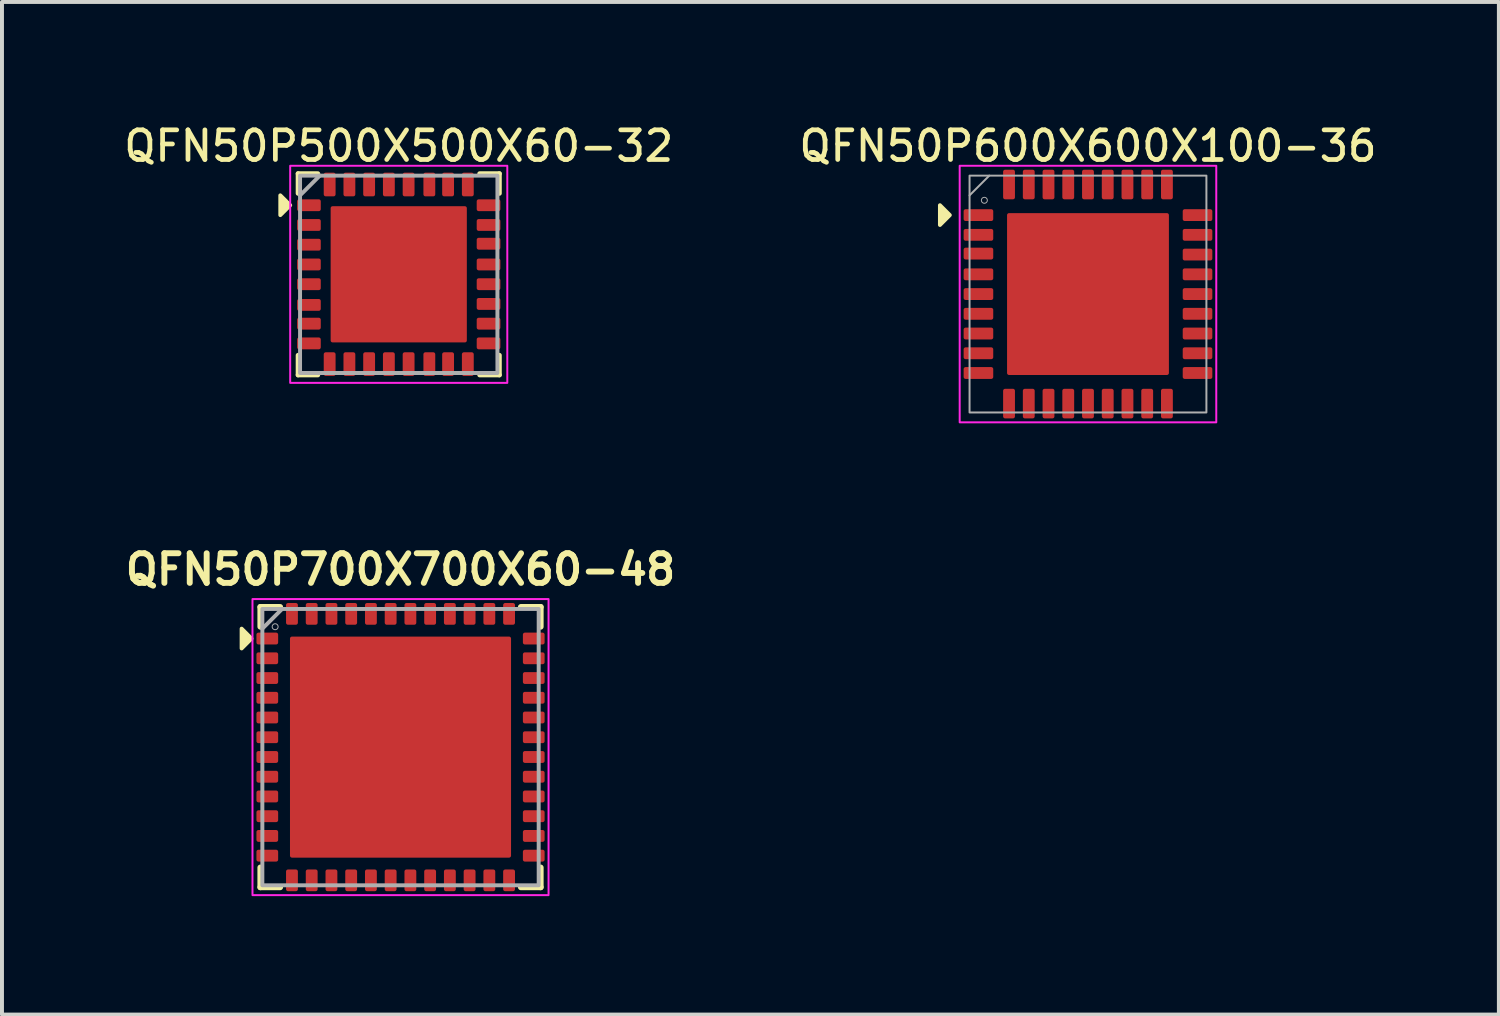
<source format=kicad_pcb>
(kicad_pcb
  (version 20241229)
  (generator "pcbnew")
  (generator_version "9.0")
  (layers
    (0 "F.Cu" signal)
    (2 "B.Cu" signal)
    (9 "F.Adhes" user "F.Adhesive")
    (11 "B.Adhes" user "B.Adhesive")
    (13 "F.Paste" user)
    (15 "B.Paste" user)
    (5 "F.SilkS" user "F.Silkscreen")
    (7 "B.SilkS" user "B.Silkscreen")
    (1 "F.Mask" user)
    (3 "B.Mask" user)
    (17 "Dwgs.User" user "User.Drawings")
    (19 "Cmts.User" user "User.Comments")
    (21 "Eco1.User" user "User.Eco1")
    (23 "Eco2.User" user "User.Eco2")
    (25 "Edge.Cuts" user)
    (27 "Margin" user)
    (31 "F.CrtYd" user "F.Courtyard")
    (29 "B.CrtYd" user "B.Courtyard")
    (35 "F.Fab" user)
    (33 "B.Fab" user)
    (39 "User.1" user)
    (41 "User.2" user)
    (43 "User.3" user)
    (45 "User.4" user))
  (footprint "QFN50P700X700X60-48"
    (layer "F.Cu")
    (at 7.096 15.876)
    (property "Reference" "QFN50P700X700X60-48" (at 0 -4.5 0) (unlocked yes) (layer "F.SilkS") (effects (font (size 0.75 0.75) (thickness 0.15) (bold yes))))
    (attr smd)
    (fp_line (start -3.55 -3.55) (end -3.55 -3.05) (stroke (width 0.15) (type solid)) (layer "F.SilkS"))
    (fp_line (start -3.55 -3.55) (end -3.05 -3.55) (stroke (width 0.15) (type solid)) (layer "F.SilkS"))
    (fp_line (start -3.55 3.55) (end -3.55 3.05) (stroke (width 0.15) (type solid)) (layer "F.SilkS"))
    (fp_line (start -3.55 3.55) (end -3.05 3.55) (stroke (width 0.15) (type solid)) (layer "F.SilkS"))
    (fp_line (start 3.55 -3.55) (end 3.05 -3.55) (stroke (width 0.15) (type solid)) (layer "F.SilkS"))
    (fp_line (start 3.55 -3.55) (end 3.55 -3.05) (stroke (width 0.15) (type solid)) (layer "F.SilkS"))
    (fp_line (start 3.55 3.55) (end 3.05 3.55) (stroke (width 0.15) (type solid)) (layer "F.SilkS"))
    (fp_line (start 3.55 3.55) (end 3.55 3.05) (stroke (width 0.15) (type solid)) (layer "F.SilkS"))
    (fp_poly (pts (xy -3.775 -2.75) (xy -4.025 -2.5) (xy -4.025 -3)) (stroke (width 0.1) (type solid)) (fill yes) (layer "F.SilkS"))
    (fp_rect (start -3.75 -3.75) (end 3.75 3.75) (stroke (width 0.05) (type solid)) (fill no) (layer "F.CrtYd"))
    (fp_line (start -3 -3.5) (end -3.5 -3) (stroke (width 0.1) (type default)) (layer "F.Fab"))
    (fp_rect (start -3.5 -3.5) (end 3.5 3.5) (stroke (width 0.1) (type solid)) (fill no) (layer "F.Fab"))
    (fp_circle (center -3.176 -3.05) (end -3.1 -3.05) (stroke (width 0.025) (type solid)) (fill no) (layer "F.Fab"))
    (pad "1" smd roundrect (at -3.375 -2.75) (size 0.55 0.3) (layers "F.Cu" "F.Mask" "F.Paste") (roundrect_rratio 0.167))
    (pad "2" smd roundrect (at -3.375 -2.25) (size 0.55 0.3) (layers "F.Cu" "F.Mask" "F.Paste") (roundrect_rratio 0.167))
    (pad "3" smd roundrect (at -3.375 -1.75) (size 0.55 0.3) (layers "F.Cu" "F.Mask" "F.Paste") (roundrect_rratio 0.167))
    (pad "4" smd roundrect (at -3.375 -1.25) (size 0.55 0.3) (layers "F.Cu" "F.Mask" "F.Paste") (roundrect_rratio 0.167))
    (pad "5" smd roundrect (at -3.375 -0.75) (size 0.55 0.3) (layers "F.Cu" "F.Mask" "F.Paste") (roundrect_rratio 0.167))
    (pad "6" smd roundrect (at -3.375 -0.25) (size 0.55 0.3) (layers "F.Cu" "F.Mask" "F.Paste") (roundrect_rratio 0.167))
    (pad "7" smd roundrect (at -3.375 0.25) (size 0.55 0.3) (layers "F.Cu" "F.Mask" "F.Paste") (roundrect_rratio 0.167))
    (pad "8" smd roundrect (at -3.375 0.75) (size 0.55 0.3) (layers "F.Cu" "F.Mask" "F.Paste") (roundrect_rratio 0.167))
    (pad "9" smd roundrect (at -3.375 1.25) (size 0.55 0.3) (layers "F.Cu" "F.Mask" "F.Paste") (roundrect_rratio 0.167))
    (pad "10" smd roundrect (at -3.375 1.75) (size 0.55 0.3) (layers "F.Cu" "F.Mask" "F.Paste") (roundrect_rratio 0.167))
    (pad "11" smd roundrect (at -3.375 2.25) (size 0.55 0.3) (layers "F.Cu" "F.Mask" "F.Paste") (roundrect_rratio 0.167))
    (pad "12" smd roundrect (at -3.375 2.75) (size 0.55 0.3) (layers "F.Cu" "F.Mask" "F.Paste") (roundrect_rratio 0.167))
    (pad "13" smd roundrect (at -2.75 3.375 90) (size 0.55 0.3) (layers "F.Cu" "F.Mask" "F.Paste") (roundrect_rratio 0.167))
    (pad "14" smd roundrect (at -2.25 3.375 90) (size 0.55 0.3) (layers "F.Cu" "F.Mask" "F.Paste") (roundrect_rratio 0.167))
    (pad "15" smd roundrect (at -1.75 3.375 90) (size 0.55 0.3) (layers "F.Cu" "F.Mask" "F.Paste") (roundrect_rratio 0.167))
    (pad "16" smd roundrect (at -1.25 3.375 90) (size 0.55 0.3) (layers "F.Cu" "F.Mask" "F.Paste") (roundrect_rratio 0.167))
    (pad "17" smd roundrect (at -0.75 3.375 90) (size 0.55 0.3) (layers "F.Cu" "F.Mask" "F.Paste") (roundrect_rratio 0.167))
    (pad "18" smd roundrect (at -0.25 3.375 90) (size 0.55 0.3) (layers "F.Cu" "F.Mask" "F.Paste") (roundrect_rratio 0.167))
    (pad "19" smd roundrect (at 0.25 3.375 90) (size 0.55 0.3) (layers "F.Cu" "F.Mask" "F.Paste") (roundrect_rratio 0.167))
    (pad "20" smd roundrect (at 0.75 3.375 90) (size 0.55 0.3) (layers "F.Cu" "F.Mask" "F.Paste") (roundrect_rratio 0.167))
    (pad "21" smd roundrect (at 1.25 3.375 90) (size 0.55 0.3) (layers "F.Cu" "F.Mask" "F.Paste") (roundrect_rratio 0.167))
    (pad "22" smd roundrect (at 1.75 3.375 90) (size 0.55 0.3) (layers "F.Cu" "F.Mask" "F.Paste") (roundrect_rratio 0.167))
    (pad "23" smd roundrect (at 2.25 3.375 90) (size 0.55 0.3) (layers "F.Cu" "F.Mask" "F.Paste") (roundrect_rratio 0.167))
    (pad "24" smd roundrect (at 2.75 3.375 90) (size 0.55 0.3) (layers "F.Cu" "F.Mask" "F.Paste") (roundrect_rratio 0.167))
    (pad "25" smd roundrect (at 3.375 2.75 180) (size 0.55 0.3) (layers "F.Cu" "F.Mask" "F.Paste") (roundrect_rratio 0.167))
    (pad "26" smd roundrect (at 3.375 2.25 180) (size 0.55 0.3) (layers "F.Cu" "F.Mask" "F.Paste") (roundrect_rratio 0.167))
    (pad "27" smd roundrect (at 3.375 1.75 180) (size 0.55 0.3) (layers "F.Cu" "F.Mask" "F.Paste") (roundrect_rratio 0.167))
    (pad "28" smd roundrect (at 3.375 1.25 180) (size 0.55 0.3) (layers "F.Cu" "F.Mask" "F.Paste") (roundrect_rratio 0.167))
    (pad "29" smd roundrect (at 3.375 0.75 180) (size 0.55 0.3) (layers "F.Cu" "F.Mask" "F.Paste") (roundrect_rratio 0.167))
    (pad "30" smd roundrect (at 3.375 0.25 180) (size 0.55 0.3) (layers "F.Cu" "F.Mask" "F.Paste") (roundrect_rratio 0.167))
    (pad "31" smd roundrect (at 3.375 -0.25 180) (size 0.55 0.3) (layers "F.Cu" "F.Mask" "F.Paste") (roundrect_rratio 0.167))
    (pad "32" smd roundrect (at 3.375 -0.75 180) (size 0.55 0.3) (layers "F.Cu" "F.Mask" "F.Paste") (roundrect_rratio 0.167))
    (pad "33" smd roundrect (at 3.375 -1.25 180) (size 0.55 0.3) (layers "F.Cu" "F.Mask" "F.Paste") (roundrect_rratio 0.167))
    (pad "34" smd roundrect (at 3.375 -1.75 180) (size 0.55 0.3) (layers "F.Cu" "F.Mask" "F.Paste") (roundrect_rratio 0.167))
    (pad "35" smd roundrect (at 3.375 -2.25 180) (size 0.55 0.3) (layers "F.Cu" "F.Mask" "F.Paste") (roundrect_rratio 0.167))
    (pad "36" smd roundrect (at 3.375 -2.75 180) (size 0.55 0.3) (layers "F.Cu" "F.Mask" "F.Paste") (roundrect_rratio 0.167))
    (pad "37" smd roundrect (at 2.75 -3.375 270) (size 0.55 0.3) (layers "F.Cu" "F.Mask" "F.Paste") (roundrect_rratio 0.167))
    (pad "38" smd roundrect (at 2.25 -3.375 270) (size 0.55 0.3) (layers "F.Cu" "F.Mask" "F.Paste") (roundrect_rratio 0.167))
    (pad "39" smd roundrect (at 1.75 -3.375 270) (size 0.55 0.3) (layers "F.Cu" "F.Mask" "F.Paste") (roundrect_rratio 0.167))
    (pad "40" smd roundrect (at 1.25 -3.375 270) (size 0.55 0.3) (layers "F.Cu" "F.Mask" "F.Paste") (roundrect_rratio 0.167))
    (pad "41" smd roundrect (at 0.75 -3.375 270) (size 0.55 0.3) (layers "F.Cu" "F.Mask" "F.Paste") (roundrect_rratio 0.167))
    (pad "42" smd roundrect (at 0.25 -3.375 270) (size 0.55 0.3) (layers "F.Cu" "F.Mask" "F.Paste") (roundrect_rratio 0.167))
    (pad "43" smd roundrect (at -0.25 -3.375 270) (size 0.55 0.3) (layers "F.Cu" "F.Mask" "F.Paste") (roundrect_rratio 0.167))
    (pad "44" smd roundrect (at -0.75 -3.375 270) (size 0.55 0.3) (layers "F.Cu" "F.Mask" "F.Paste") (roundrect_rratio 0.167))
    (pad "45" smd roundrect (at -1.25 -3.375 270) (size 0.55 0.3) (layers "F.Cu" "F.Mask" "F.Paste") (roundrect_rratio 0.167))
    (pad "46" smd roundrect (at -1.75 -3.375 270) (size 0.55 0.3) (layers "F.Cu" "F.Mask" "F.Paste") (roundrect_rratio 0.167))
    (pad "47" smd roundrect (at -2.25 -3.375 270) (size 0.55 0.3) (layers "F.Cu" "F.Mask" "F.Paste") (roundrect_rratio 0.167))
    (pad "48" smd roundrect (at -2.75 -3.375 270) (size 0.55 0.3) (layers "F.Cu" "F.Mask" "F.Paste") (roundrect_rratio 0.167))
    (pad "49" smd roundrect (at 0 0) (size 5.6 5.6) (layers "F.Cu" "F.Mask" "F.Paste") (roundrect_rratio 0.009)))
  (footprint "QFN50P600X600X100-36"
    (layer "F.Cu")
    (at 24.511 4.399)
    (property "Reference" "QFN50P600X600X100-36" (at 0 -3.75 0) (unlocked yes) (layer "F.SilkS") (effects (font (size 0.75 0.75) (thickness 0.12))))
    (attr smd)
    (fp_poly (pts (xy -3.5 -2) (xy -3.75 -1.75) (xy -3.75 -2.25)) (stroke (width 0.1) (type solid)) (fill yes) (layer "F.SilkS"))
    (fp_rect (start -3.25 -3.25) (end 3.25 3.25) (stroke (width 0.05) (type default)) (fill no) (layer "F.CrtYd"))
    (fp_line (start -2.5 -3) (end -3 -2.5) (stroke (width 0.05) (type solid)) (layer "F.Fab"))
    (fp_rect (start -3 -3) (end 3 3) (stroke (width 0.05) (type solid)) (fill no) (layer "F.Fab"))
    (fp_circle (center -2.625 -2.375) (end -2.549 -2.375) (stroke (width 0.025) (type solid)) (fill no) (layer "F.Fab"))
    (pad "1" smd roundrect (at -2.775 -2) (size 0.75 0.3) (layers "F.Cu" "F.Mask" "F.Paste") (roundrect_rratio 0.167))
    (pad "2" smd roundrect (at -2.775 -1.5) (size 0.75 0.3) (layers "F.Cu" "F.Mask" "F.Paste") (roundrect_rratio 0.167))
    (pad "3" smd roundrect (at -2.775 -1.025) (size 0.75 0.3) (layers "F.Cu" "F.Mask" "F.Paste") (roundrect_rratio 0.167))
    (pad "4" smd roundrect (at -2.775 -0.5) (size 0.75 0.3) (layers "F.Cu" "F.Mask" "F.Paste") (roundrect_rratio 0.167))
    (pad "5" smd roundrect (at -2.775 0) (size 0.75 0.3) (layers "F.Cu" "F.Mask" "F.Paste") (roundrect_rratio 0.167))
    (pad "6" smd roundrect (at -2.775 0.5) (size 0.75 0.3) (layers "F.Cu" "F.Mask" "F.Paste") (roundrect_rratio 0.167))
    (pad "7" smd roundrect (at -2.775 1) (size 0.75 0.3) (layers "F.Cu" "F.Mask" "F.Paste") (roundrect_rratio 0.167))
    (pad "8" smd roundrect (at -2.775 1.5) (size 0.75 0.3) (layers "F.Cu" "F.Mask" "F.Paste") (roundrect_rratio 0.167))
    (pad "9" smd roundrect (at -2.775 2) (size 0.75 0.3) (layers "F.Cu" "F.Mask" "F.Paste") (roundrect_rratio 0.167))
    (pad "10" smd roundrect (at -2 2.775 90) (size 0.75 0.3) (layers "F.Cu" "F.Mask" "F.Paste") (roundrect_rratio 0.167))
    (pad "11" smd roundrect (at -1.5 2.775 90) (size 0.75 0.3) (layers "F.Cu" "F.Mask" "F.Paste") (roundrect_rratio 0.167))
    (pad "12" smd roundrect (at -1 2.775 90) (size 0.75 0.3) (layers "F.Cu" "F.Mask" "F.Paste") (roundrect_rratio 0.167))
    (pad "13" smd roundrect (at -0.5 2.775 90) (size 0.75 0.3) (layers "F.Cu" "F.Mask" "F.Paste") (roundrect_rratio 0.167))
    (pad "14" smd roundrect (at 0 2.775 90) (size 0.75 0.3) (layers "F.Cu" "F.Mask" "F.Paste") (roundrect_rratio 0.167))
    (pad "15" smd roundrect (at 0.5 2.775 90) (size 0.75 0.3) (layers "F.Cu" "F.Mask" "F.Paste") (roundrect_rratio 0.167))
    (pad "16" smd roundrect (at 1 2.775 90) (size 0.75 0.3) (layers "F.Cu" "F.Mask" "F.Paste") (roundrect_rratio 0.167))
    (pad "17" smd roundrect (at 1.5 2.775 90) (size 0.75 0.3) (layers "F.Cu" "F.Mask" "F.Paste") (roundrect_rratio 0.167))
    (pad "18" smd roundrect (at 2 2.775 90) (size 0.75 0.3) (layers "F.Cu" "F.Mask" "F.Paste") (roundrect_rratio 0.167))
    (pad "19" smd roundrect (at 2.775 2 180) (size 0.75 0.3) (layers "F.Cu" "F.Mask" "F.Paste") (roundrect_rratio 0.167))
    (pad "20" smd roundrect (at 2.775 1.5 180) (size 0.75 0.3) (layers "F.Cu" "F.Mask" "F.Paste") (roundrect_rratio 0.167))
    (pad "21" smd roundrect (at 2.775 1 180) (size 0.75 0.3) (layers "F.Cu" "F.Mask" "F.Paste") (roundrect_rratio 0.167))
    (pad "22" smd roundrect (at 2.775 0.5 180) (size 0.75 0.3) (layers "F.Cu" "F.Mask" "F.Paste") (roundrect_rratio 0.167))
    (pad "23" smd roundrect (at 2.775 0 180) (size 0.75 0.3) (layers "F.Cu" "F.Mask" "F.Paste") (roundrect_rratio 0.167))
    (pad "24" smd roundrect (at 2.775 -0.5 180) (size 0.75 0.3) (layers "F.Cu" "F.Mask" "F.Paste") (roundrect_rratio 0.167))
    (pad "25" smd roundrect (at 2.775 -1 180) (size 0.75 0.3) (layers "F.Cu" "F.Mask" "F.Paste") (roundrect_rratio 0.167))
    (pad "26" smd roundrect (at 2.775 -1.5 180) (size 0.75 0.3) (layers "F.Cu" "F.Mask" "F.Paste") (roundrect_rratio 0.167))
    (pad "27" smd roundrect (at 2.775 -2 180) (size 0.75 0.3) (layers "F.Cu" "F.Mask" "F.Paste") (roundrect_rratio 0.167))
    (pad "28" smd roundrect (at 2 -2.775 270) (size 0.75 0.3) (layers "F.Cu" "F.Mask" "F.Paste") (roundrect_rratio 0.167))
    (pad "29" smd roundrect (at 1.5 -2.775 270) (size 0.75 0.3) (layers "F.Cu" "F.Mask" "F.Paste") (roundrect_rratio 0.167))
    (pad "30" smd roundrect (at 1 -2.775 270) (size 0.75 0.3) (layers "F.Cu" "F.Mask" "F.Paste") (roundrect_rratio 0.167))
    (pad "31" smd roundrect (at 0.5 -2.775 270) (size 0.75 0.3) (layers "F.Cu" "F.Mask" "F.Paste") (roundrect_rratio 0.167))
    (pad "32" smd roundrect (at 0 -2.775 270) (size 0.75 0.3) (layers "F.Cu" "F.Mask" "F.Paste") (roundrect_rratio 0.167))
    (pad "33" smd roundrect (at -0.5 -2.775 270) (size 0.75 0.3) (layers "F.Cu" "F.Mask" "F.Paste") (roundrect_rratio 0.167))
    (pad "34" smd roundrect (at -1 -2.775 270) (size 0.75 0.3) (layers "F.Cu" "F.Mask" "F.Paste") (roundrect_rratio 0.167))
    (pad "35" smd roundrect (at -1.5 -2.775 270) (size 0.75 0.3) (layers "F.Cu" "F.Mask" "F.Paste") (roundrect_rratio 0.167))
    (pad "36" smd roundrect (at -2 -2.775 270) (size 0.75 0.3) (layers "F.Cu" "F.Mask" "F.Paste") (roundrect_rratio 0.167))
    (pad "37" smd roundrect (at 0 0) (size 4.1 4.1) (layers "F.Cu" "F.Mask" "F.Paste") (roundrect_rratio 0.012)))
  (footprint "QFN50P500X500X60-32"
    (layer "F.Cu")
    (at 7.051 3.899)
    (property "Reference" "QFN50P500X500X60-32" (at 0 -3.25 0) (unlocked yes) (layer "F.SilkS") (effects (font (size 0.75 0.75) (thickness 0.12))))
    (attr smd)
    (fp_line (start -2.55 -2.55) (end -2.55 -2.05) (stroke (width 0.12) (type solid)) (layer "F.SilkS"))
    (fp_line (start -2.55 -2.55) (end -2.05 -2.55) (stroke (width 0.12) (type solid)) (layer "F.SilkS"))
    (fp_line (start -2.55 2.55) (end -2.55 2.05) (stroke (width 0.12) (type solid)) (layer "F.SilkS"))
    (fp_line (start -2.55 2.55) (end -2.05 2.55) (stroke (width 0.12) (type solid)) (layer "F.SilkS"))
    (fp_line (start 2.55 -2.55) (end 2.05 -2.55) (stroke (width 0.12) (type solid)) (layer "F.SilkS"))
    (fp_line (start 2.55 -2.55) (end 2.55 -2.05) (stroke (width 0.12) (type solid)) (layer "F.SilkS"))
    (fp_line (start 2.55 2.55) (end 2.05 2.55) (stroke (width 0.12) (type solid)) (layer "F.SilkS"))
    (fp_line (start 2.55 2.55) (end 2.55 2.05) (stroke (width 0.12) (type solid)) (layer "F.SilkS"))
    (fp_poly (pts (xy -2.75 -1.75) (xy -3 -1.5) (xy -3 -2)) (stroke (width 0.1) (type solid)) (fill yes) (layer "F.SilkS"))
    (fp_rect (start -2.75 -2.75) (end 2.75 2.75) (stroke (width 0.05) (type solid)) (fill no) (layer "F.CrtYd"))
    (fp_line (start -2 -2.5) (end -2.5 -2) (stroke (width 0.1) (type default)) (layer "F.Fab"))
    (fp_rect (start -2.5 -2.5) (end 2.5 2.5) (stroke (width 0.1) (type solid)) (fill no) (layer "F.Fab"))
    (pad "1" smd roundrect (at -2.275 -1.75) (size 0.6 0.3) (layers "F.Cu" "F.Mask" "F.Paste") (roundrect_rratio 0.167))
    (pad "2" smd roundrect (at -2.275 -1.25) (size 0.6 0.3) (layers "F.Cu" "F.Mask" "F.Paste") (roundrect_rratio 0.167))
    (pad "3" smd roundrect (at -2.275 -0.75) (size 0.6 0.3) (layers "F.Cu" "F.Mask" "F.Paste") (roundrect_rratio 0.167))
    (pad "4" smd roundrect (at -2.275 -0.25) (size 0.6 0.3) (layers "F.Cu" "F.Mask" "F.Paste") (roundrect_rratio 0.167))
    (pad "5" smd roundrect (at -2.275 0.25) (size 0.6 0.3) (layers "F.Cu" "F.Mask" "F.Paste") (roundrect_rratio 0.167))
    (pad "6" smd roundrect (at -2.275 0.775) (size 0.6 0.3) (layers "F.Cu" "F.Mask" "F.Paste") (roundrect_rratio 0.167))
    (pad "7" smd roundrect (at -2.275 1.25) (size 0.6 0.3) (layers "F.Cu" "F.Mask" "F.Paste") (roundrect_rratio 0.167))
    (pad "8" smd roundrect (at -2.275 1.75) (size 0.6 0.3) (layers "F.Cu" "F.Mask" "F.Paste") (roundrect_rratio 0.167))
    (pad "9" smd roundrect (at -1.75 2.275 90) (size 0.6 0.3) (layers "F.Cu" "F.Mask" "F.Paste") (roundrect_rratio 0.167))
    (pad "10" smd roundrect (at -1.25 2.275 90) (size 0.6 0.3) (layers "F.Cu" "F.Mask" "F.Paste") (roundrect_rratio 0.167))
    (pad "11" smd roundrect (at -0.75 2.275 90) (size 0.6 0.3) (layers "F.Cu" "F.Mask" "F.Paste") (roundrect_rratio 0.167))
    (pad "12" smd roundrect (at -0.25 2.275 90) (size 0.6 0.3) (layers "F.Cu" "F.Mask" "F.Paste") (roundrect_rratio 0.167))
    (pad "13" smd roundrect (at 0.25 2.275 90) (size 0.6 0.3) (layers "F.Cu" "F.Mask" "F.Paste") (roundrect_rratio 0.167))
    (pad "14" smd roundrect (at 0.775 2.275 90) (size 0.6 0.3) (layers "F.Cu" "F.Mask" "F.Paste") (roundrect_rratio 0.167))
    (pad "15" smd roundrect (at 1.25 2.275 90) (size 0.6 0.3) (layers "F.Cu" "F.Mask" "F.Paste") (roundrect_rratio 0.167))
    (pad "16" smd roundrect (at 1.75 2.275 90) (size 0.6 0.3) (layers "F.Cu" "F.Mask" "F.Paste") (roundrect_rratio 0.167))
    (pad "17" smd roundrect (at 2.275 1.75 180) (size 0.6 0.3) (layers "F.Cu" "F.Mask" "F.Paste") (roundrect_rratio 0.167))
    (pad "18" smd roundrect (at 2.275 1.25 180) (size 0.6 0.3) (layers "F.Cu" "F.Mask" "F.Paste") (roundrect_rratio 0.167))
    (pad "19" smd roundrect (at 2.275 0.75 180) (size 0.6 0.3) (layers "F.Cu" "F.Mask" "F.Paste") (roundrect_rratio 0.167))
    (pad "20" smd roundrect (at 2.275 0.25 180) (size 0.6 0.3) (layers "F.Cu" "F.Mask" "F.Paste") (roundrect_rratio 0.167))
    (pad "21" smd roundrect (at 2.275 -0.25 180) (size 0.6 0.3) (layers "F.Cu" "F.Mask" "F.Paste") (roundrect_rratio 0.167))
    (pad "22" smd roundrect (at 2.275 -0.775 180) (size 0.6 0.3) (layers "F.Cu" "F.Mask" "F.Paste") (roundrect_rratio 0.167))
    (pad "23" smd roundrect (at 2.275 -1.25 180) (size 0.6 0.3) (layers "F.Cu" "F.Mask" "F.Paste") (roundrect_rratio 0.167))
    (pad "24" smd roundrect (at 2.275 -1.75 180) (size 0.6 0.3) (layers "F.Cu" "F.Mask" "F.Paste") (roundrect_rratio 0.167))
    (pad "25" smd roundrect (at 1.75 -2.275 90) (size 0.6 0.3) (layers "F.Cu" "F.Mask" "F.Paste") (roundrect_rratio 0.167))
    (pad "26" smd roundrect (at 1.25 -2.275 90) (size 0.6 0.3) (layers "F.Cu" "F.Mask" "F.Paste") (roundrect_rratio 0.167))
    (pad "27" smd roundrect (at 0.775 -2.275 90) (size 0.6 0.3) (layers "F.Cu" "F.Mask" "F.Paste") (roundrect_rratio 0.167))
    (pad "28" smd roundrect (at 0.25 -2.275 90) (size 0.6 0.3) (layers "F.Cu" "F.Mask" "F.Paste") (roundrect_rratio 0.167))
    (pad "29" smd roundrect (at -0.25 -2.275 90) (size 0.6 0.3) (layers "F.Cu" "F.Mask" "F.Paste") (roundrect_rratio 0.167))
    (pad "30" smd roundrect (at -0.75 -2.275 90) (size 0.6 0.3) (layers "F.Cu" "F.Mask" "F.Paste") (roundrect_rratio 0.167))
    (pad "31" smd roundrect (at -1.25 -2.275 90) (size 0.6 0.3) (layers "F.Cu" "F.Mask" "F.Paste") (roundrect_rratio 0.167))
    (pad "32" smd roundrect (at -1.75 -2.275 90) (size 0.6 0.3) (layers "F.Cu" "F.Mask" "F.Paste") (roundrect_rratio 0.167))
    (pad "33" smd roundrect (at 0 0) (size 3.45 3.45) (layers "F.Cu" "F.Mask" "F.Paste") (roundrect_rratio 0.014)))
  (gr_rect
    (start -3 -3)
    (end 34.92 22.651)
    (stroke (width 0.1) (type default))
    (fill no)
    (layer "Edge.Cuts")))
</source>
